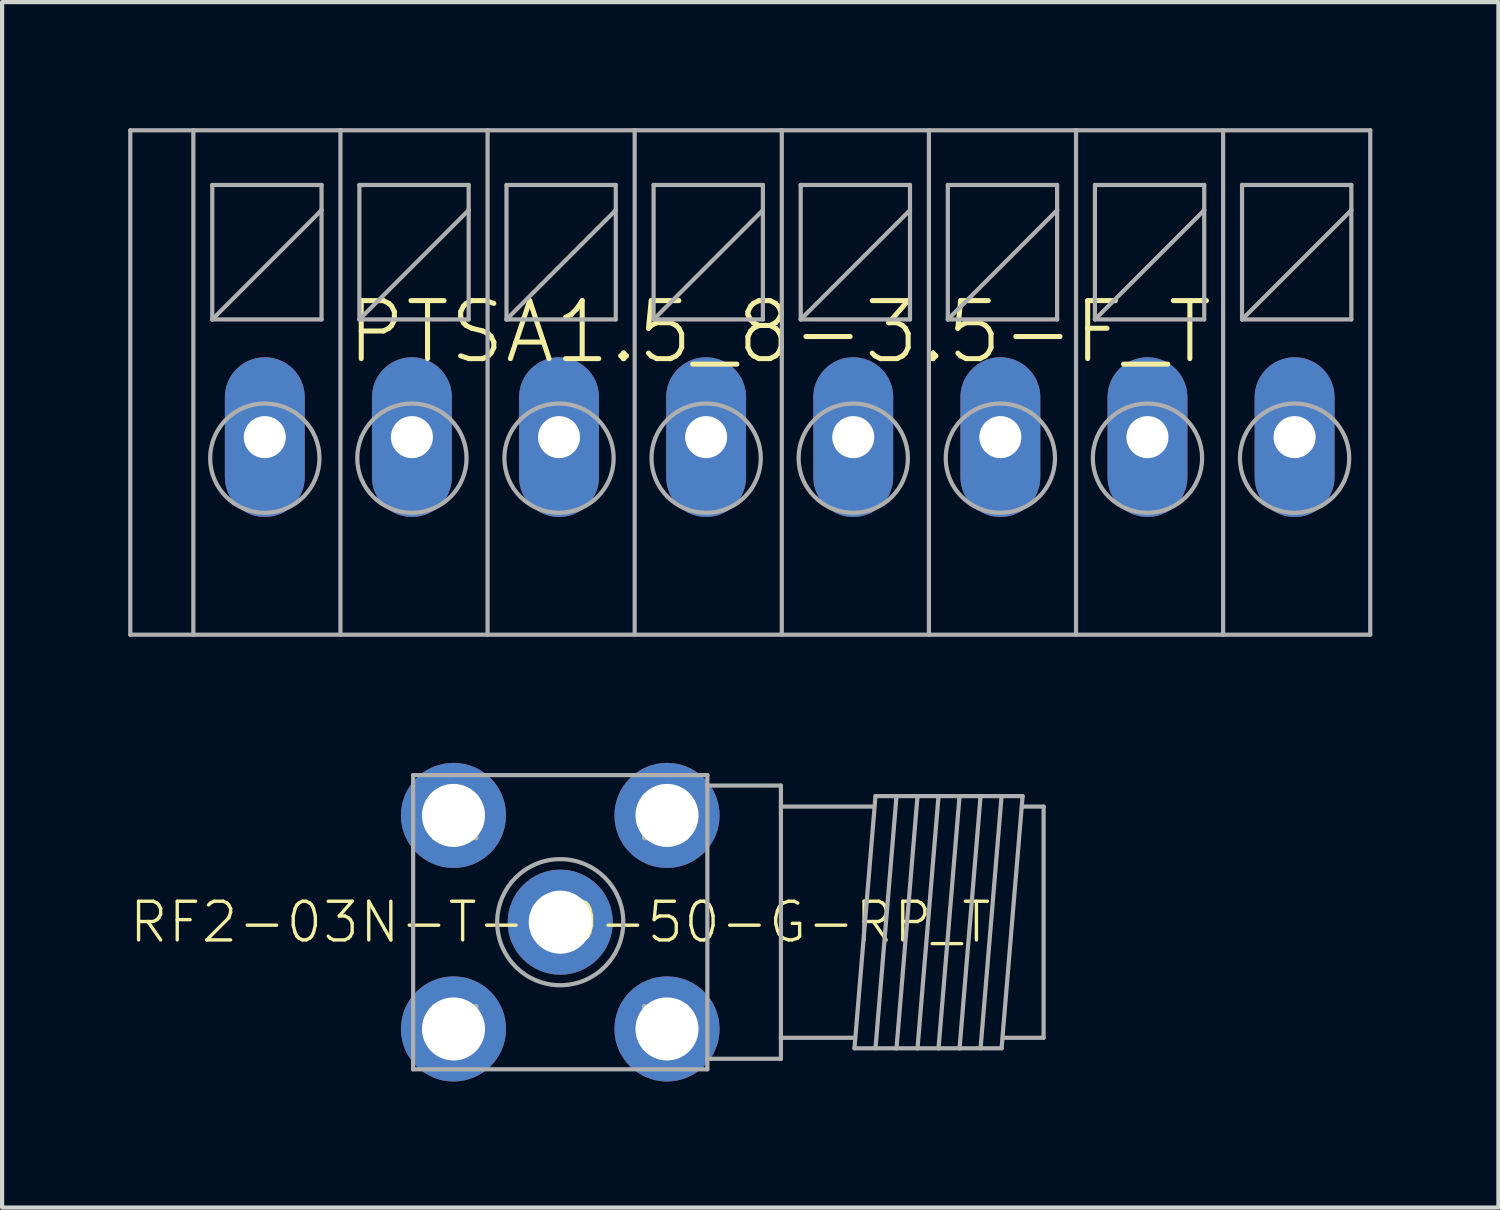
<source format=kicad_pcb>
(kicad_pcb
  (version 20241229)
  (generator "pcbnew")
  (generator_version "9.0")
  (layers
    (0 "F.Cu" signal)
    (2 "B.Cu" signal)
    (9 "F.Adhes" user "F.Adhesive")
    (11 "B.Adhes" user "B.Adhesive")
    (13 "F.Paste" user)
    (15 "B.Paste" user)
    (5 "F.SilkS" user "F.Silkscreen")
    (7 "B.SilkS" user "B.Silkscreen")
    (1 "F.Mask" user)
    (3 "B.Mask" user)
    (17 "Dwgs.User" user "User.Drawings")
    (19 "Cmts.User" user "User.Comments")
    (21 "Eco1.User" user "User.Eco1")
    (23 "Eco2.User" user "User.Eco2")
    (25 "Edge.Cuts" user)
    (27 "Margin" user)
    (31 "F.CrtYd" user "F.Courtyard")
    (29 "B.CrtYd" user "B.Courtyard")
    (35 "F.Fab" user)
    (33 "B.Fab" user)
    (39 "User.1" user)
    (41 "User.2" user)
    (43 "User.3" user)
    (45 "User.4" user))
  (footprint "RF2-03N-T-00-50-G-RP_T"
    (layer "F.Cu")
    (at 10.279 18.89)
    (property "Reference" "RF2-03N-T-00-50-G-RP_T" (at 0 0 0) (unlocked yes) (layer "F.SilkS") (effects (font (size 0.92 0.92) (thickness 0.08))))
    (fp_line (start -3.5 -3.5) (end -3.5 3.5) (stroke (width 0.1) (type solid)) (layer "F.Fab"))
    (fp_line (start -3.5 3.5) (end 3.5 3.5) (stroke (width 0.1) (type solid)) (layer "F.Fab"))
    (fp_line (start -3 -3) (end -3 -2) (stroke (width 0.1) (type solid)) (layer "F.Fab"))
    (fp_line (start -3 -2) (end -2 -2) (stroke (width 0.1) (type solid)) (layer "F.Fab"))
    (fp_line (start -3 2) (end -2 2) (stroke (width 0.1) (type solid)) (layer "F.Fab"))
    (fp_line (start -3 3) (end -3 2) (stroke (width 0.1) (type solid)) (layer "F.Fab"))
    (fp_line (start -2 -3) (end -3 -3) (stroke (width 0.1) (type solid)) (layer "F.Fab"))
    (fp_line (start -2 -2) (end -2 -3) (stroke (width 0.1) (type solid)) (layer "F.Fab"))
    (fp_line (start -2 2) (end -2 3) (stroke (width 0.1) (type solid)) (layer "F.Fab"))
    (fp_line (start -2 3) (end -3 3) (stroke (width 0.1) (type solid)) (layer "F.Fab"))
    (fp_line (start 2 -3) (end 2 -2) (stroke (width 0.1) (type solid)) (layer "F.Fab"))
    (fp_line (start 2 -2) (end 3 -2) (stroke (width 0.1) (type solid)) (layer "F.Fab"))
    (fp_line (start 2 2) (end 3 2) (stroke (width 0.1) (type solid)) (layer "F.Fab"))
    (fp_line (start 2 3) (end 2 2) (stroke (width 0.1) (type solid)) (layer "F.Fab"))
    (fp_line (start 3 -3) (end 2 -3) (stroke (width 0.1) (type solid)) (layer "F.Fab"))
    (fp_line (start 3 -2) (end 3 -3) (stroke (width 0.1) (type solid)) (layer "F.Fab"))
    (fp_line (start 3 2) (end 3 3) (stroke (width 0.1) (type solid)) (layer "F.Fab"))
    (fp_line (start 3 3) (end 2 3) (stroke (width 0.1) (type solid)) (layer "F.Fab"))
    (fp_line (start 3.5 -3.5) (end -3.5 -3.5) (stroke (width 0.1) (type solid)) (layer "F.Fab"))
    (fp_line (start 3.5 -3.25) (end 3.5 -3.5) (stroke (width 0.1) (type solid)) (layer "F.Fab"))
    (fp_line (start 3.5 -3.25) (end 5.25 -3.25) (stroke (width 0.1) (type solid)) (layer "F.Fab"))
    (fp_line (start 3.5 3.25) (end 3.5 -3.25) (stroke (width 0.1) (type solid)) (layer "F.Fab"))
    (fp_line (start 3.5 3.5) (end 3.5 3.25) (stroke (width 0.1) (type solid)) (layer "F.Fab"))
    (fp_line (start 5.25 -3.25) (end 5.25 -2.75) (stroke (width 0.1) (type solid)) (layer "F.Fab"))
    (fp_line (start 5.25 -2.75) (end 5.25 2.75) (stroke (width 0.1) (type solid)) (layer "F.Fab"))
    (fp_line (start 5.25 2.75) (end 5.25 3.25) (stroke (width 0.1) (type solid)) (layer "F.Fab"))
    (fp_line (start 5.25 3.25) (end 3.5 3.25) (stroke (width 0.1) (type solid)) (layer "F.Fab"))
    (fp_line (start 7 2.75) (end 5.25 2.75) (stroke (width 0.1) (type solid)) (layer "F.Fab"))
    (fp_line (start 7 3) (end 7.5 -3) (stroke (width 0.1) (type solid)) (layer "F.Fab"))
    (fp_line (start 7.45 -2.75) (end 5.25 -2.75) (stroke (width 0.1) (type solid)) (layer "F.Fab"))
    (fp_line (start 7.5 3) (end 8 -3) (stroke (width 0.1) (type solid)) (layer "F.Fab"))
    (fp_line (start 8 -3) (end 7.5 -3) (stroke (width 0.1) (type solid)) (layer "F.Fab"))
    (fp_line (start 8 -3) (end 8.5 -3) (stroke (width 0.1) (type solid)) (layer "F.Fab"))
    (fp_line (start 8 3) (end 7 3) (stroke (width 0.1) (type solid)) (layer "F.Fab"))
    (fp_line (start 8 3) (end 8.5 -3) (stroke (width 0.1) (type solid)) (layer "F.Fab"))
    (fp_line (start 8.5 -3) (end 9 -3) (stroke (width 0.1) (type solid)) (layer "F.Fab"))
    (fp_line (start 8.5 3) (end 8 3) (stroke (width 0.1) (type solid)) (layer "F.Fab"))
    (fp_line (start 8.5 3) (end 9 -3) (stroke (width 0.1) (type solid)) (layer "F.Fab"))
    (fp_line (start 9 -3) (end 9.5 -3) (stroke (width 0.1) (type solid)) (layer "F.Fab"))
    (fp_line (start 9 3) (end 8.5 3) (stroke (width 0.1) (type solid)) (layer "F.Fab"))
    (fp_line (start 9 3) (end 9.5 -3) (stroke (width 0.1) (type solid)) (layer "F.Fab"))
    (fp_line (start 9.5 -3) (end 10 -3) (stroke (width 0.1) (type solid)) (layer "F.Fab"))
    (fp_line (start 9.5 3) (end 9 3) (stroke (width 0.1) (type solid)) (layer "F.Fab"))
    (fp_line (start 9.5 3) (end 10 -3) (stroke (width 0.1) (type solid)) (layer "F.Fab"))
    (fp_line (start 9.5 3) (end 10.5 3) (stroke (width 0.1) (type solid)) (layer "F.Fab"))
    (fp_line (start 10 -3) (end 11 -3) (stroke (width 0.1) (type solid)) (layer "F.Fab"))
    (fp_line (start 10 3) (end 10.5 -3) (stroke (width 0.1) (type solid)) (layer "F.Fab"))
    (fp_line (start 10.5 3) (end 11 -3) (stroke (width 0.1) (type solid)) (layer "F.Fab"))
    (fp_line (start 10.55 2.75) (end 11.5 2.75) (stroke (width 0.1) (type solid)) (layer "F.Fab"))
    (fp_line (start 11 -2.75) (end 11.5 -2.75) (stroke (width 0.1) (type solid)) (layer "F.Fab"))
    (fp_line (start 11.5 -2.75) (end 11.5 2.75) (stroke (width 0.1) (type solid)) (layer "F.Fab"))
    (fp_circle (center 0 0) (end 1.5 0) (stroke (width 0.1) (type solid)) (fill no) (layer "F.Fab"))
    (pad "0" thru_hole circle (at 0 0) (size 2.5 2.5) (drill 1.5) (layers "*.Cu" "*.Mask"))
    (pad "1" thru_hole circle (at -2.54 -2.54) (size 2.5 2.5) (drill 1.5) (layers "*.Cu" "*.Mask"))
    (pad "2" thru_hole circle (at 2.54 -2.54) (size 2.5 2.5) (drill 1.5) (layers "*.Cu" "*.Mask"))
    (pad "3" thru_hole circle (at 2.54 2.54) (size 2.5 2.5) (drill 1.5) (layers "*.Cu" "*.Mask"))
    (pad "4" thru_hole circle (at -2.54 2.54) (size 2.5 2.5) (drill 1.5) (layers "*.Cu" "*.Mask")))
  (footprint "PTSA1.5_8-3.5-F_T"
    (layer "F.Cu")
    (at 15.5 4.85)
    (property "Reference" "PTSA1.5_8-3.5-F_T" (at 0 0 0) (unlocked yes) (layer "F.SilkS") (effects (font (size 1.38 1.38) (thickness 0.12))))
    (fp_line (start -15.45 -4.8) (end -15.45 7.2) (stroke (width 0.1) (type solid)) (layer "F.Fab"))
    (fp_line (start -15.45 -4.8) (end -13.95 -4.8) (stroke (width 0.1) (type solid)) (layer "F.Fab"))
    (fp_line (start -15.45 7.2) (end -13.95 7.2) (stroke (width 0.1) (type solid)) (layer "F.Fab"))
    (fp_line (start -13.95 -4.8) (end -13.95 7.2) (stroke (width 0.1) (type solid)) (layer "F.Fab"))
    (fp_line (start -13.95 -4.8) (end -10.45 -4.8) (stroke (width 0.1) (type solid)) (layer "F.Fab"))
    (fp_line (start -13.95 7.2) (end -10.45 7.2) (stroke (width 0.1) (type solid)) (layer "F.Fab"))
    (fp_line (start -13.5 -3.5) (end -13.5 -0.3) (stroke (width 0.1) (type solid)) (layer "F.Fab"))
    (fp_line (start -13.5 -0.3) (end -10.9 -2.9) (stroke (width 0.1) (type solid)) (layer "F.Fab"))
    (fp_line (start -13.5 -0.3) (end -10.9 -0.3) (stroke (width 0.1) (type solid)) (layer "F.Fab"))
    (fp_line (start -10.9 -3.5) (end -13.5 -3.5) (stroke (width 0.1) (type solid)) (layer "F.Fab"))
    (fp_line (start -10.9 -2.9) (end -10.9 -3.5) (stroke (width 0.1) (type solid)) (layer "F.Fab"))
    (fp_line (start -10.9 -0.3) (end -10.9 -2.9) (stroke (width 0.1) (type solid)) (layer "F.Fab"))
    (fp_line (start -10.45 -4.8) (end -10.45 7.2) (stroke (width 0.1) (type solid)) (layer "F.Fab"))
    (fp_line (start -10.45 -4.8) (end -6.95 -4.8) (stroke (width 0.1) (type solid)) (layer "F.Fab"))
    (fp_line (start -10.45 7.2) (end -6.95 7.2) (stroke (width 0.1) (type solid)) (layer "F.Fab"))
    (fp_line (start -10 -3.5) (end -10 -0.3) (stroke (width 0.1) (type solid)) (layer "F.Fab"))
    (fp_line (start -10 -0.3) (end -7.4 -2.9) (stroke (width 0.1) (type solid)) (layer "F.Fab"))
    (fp_line (start -10 -0.3) (end -7.4 -0.3) (stroke (width 0.1) (type solid)) (layer "F.Fab"))
    (fp_line (start -7.4 -3.5) (end -10 -3.5) (stroke (width 0.1) (type solid)) (layer "F.Fab"))
    (fp_line (start -7.4 -2.9) (end -7.4 -3.5) (stroke (width 0.1) (type solid)) (layer "F.Fab"))
    (fp_line (start -7.4 -0.3) (end -7.4 -2.9) (stroke (width 0.1) (type solid)) (layer "F.Fab"))
    (fp_line (start -6.95 -4.8) (end -6.95 7.2) (stroke (width 0.1) (type solid)) (layer "F.Fab"))
    (fp_line (start -6.95 -4.8) (end -3.45 -4.8) (stroke (width 0.1) (type solid)) (layer "F.Fab"))
    (fp_line (start -6.95 7.2) (end -3.45 7.2) (stroke (width 0.1) (type solid)) (layer "F.Fab"))
    (fp_line (start -6.5 -3.5) (end -6.5 -0.3) (stroke (width 0.1) (type solid)) (layer "F.Fab"))
    (fp_line (start -6.5 -0.3) (end -3.9 -2.9) (stroke (width 0.1) (type solid)) (layer "F.Fab"))
    (fp_line (start -6.5 -0.3) (end -3.9 -0.3) (stroke (width 0.1) (type solid)) (layer "F.Fab"))
    (fp_line (start -3.9 -3.5) (end -6.5 -3.5) (stroke (width 0.1) (type solid)) (layer "F.Fab"))
    (fp_line (start -3.9 -2.9) (end -3.9 -3.5) (stroke (width 0.1) (type solid)) (layer "F.Fab"))
    (fp_line (start -3.9 -0.3) (end -3.9 -2.9) (stroke (width 0.1) (type solid)) (layer "F.Fab"))
    (fp_line (start -3.45 -4.8) (end -3.45 7.2) (stroke (width 0.1) (type solid)) (layer "F.Fab"))
    (fp_line (start -3.45 -4.8) (end 0.05 -4.8) (stroke (width 0.1) (type solid)) (layer "F.Fab"))
    (fp_line (start -3.45 7.2) (end 0.05 7.2) (stroke (width 0.1) (type solid)) (layer "F.Fab"))
    (fp_line (start -3 -3.5) (end -3 -0.3) (stroke (width 0.1) (type solid)) (layer "F.Fab"))
    (fp_line (start -3 -0.3) (end -0.4 -2.9) (stroke (width 0.1) (type solid)) (layer "F.Fab"))
    (fp_line (start -3 -0.3) (end -0.4 -0.3) (stroke (width 0.1) (type solid)) (layer "F.Fab"))
    (fp_line (start -0.4 -3.5) (end -3 -3.5) (stroke (width 0.1) (type solid)) (layer "F.Fab"))
    (fp_line (start -0.4 -2.9) (end -0.4 -3.5) (stroke (width 0.1) (type solid)) (layer "F.Fab"))
    (fp_line (start -0.4 -0.3) (end -0.4 -2.9) (stroke (width 0.1) (type solid)) (layer "F.Fab"))
    (fp_line (start 0.05 -4.8) (end 0.05 7.2) (stroke (width 0.1) (type solid)) (layer "F.Fab"))
    (fp_line (start 0.05 -4.8) (end 3.55 -4.8) (stroke (width 0.1) (type solid)) (layer "F.Fab"))
    (fp_line (start 0.05 7.2) (end 3.55 7.2) (stroke (width 0.1) (type solid)) (layer "F.Fab"))
    (fp_line (start 0.5 -3.5) (end 0.5 -0.3) (stroke (width 0.1) (type solid)) (layer "F.Fab"))
    (fp_line (start 0.5 -0.3) (end 3.1 -2.9) (stroke (width 0.1) (type solid)) (layer "F.Fab"))
    (fp_line (start 0.5 -0.3) (end 3.1 -0.3) (stroke (width 0.1) (type solid)) (layer "F.Fab"))
    (fp_line (start 3.1 -3.5) (end 0.5 -3.5) (stroke (width 0.1) (type solid)) (layer "F.Fab"))
    (fp_line (start 3.1 -2.9) (end 3.1 -3.5) (stroke (width 0.1) (type solid)) (layer "F.Fab"))
    (fp_line (start 3.1 -0.3) (end 3.1 -2.9) (stroke (width 0.1) (type solid)) (layer "F.Fab"))
    (fp_line (start 3.55 -4.8) (end 3.55 7.2) (stroke (width 0.1) (type solid)) (layer "F.Fab"))
    (fp_line (start 3.55 -4.8) (end 7.05 -4.8) (stroke (width 0.1) (type solid)) (layer "F.Fab"))
    (fp_line (start 3.55 7.2) (end 7.05 7.2) (stroke (width 0.1) (type solid)) (layer "F.Fab"))
    (fp_line (start 4 -3.5) (end 4 -0.3) (stroke (width 0.1) (type solid)) (layer "F.Fab"))
    (fp_line (start 4 -0.3) (end 6.6 -2.9) (stroke (width 0.1) (type solid)) (layer "F.Fab"))
    (fp_line (start 4 -0.3) (end 6.6 -0.3) (stroke (width 0.1) (type solid)) (layer "F.Fab"))
    (fp_line (start 6.6 -3.5) (end 4 -3.5) (stroke (width 0.1) (type solid)) (layer "F.Fab"))
    (fp_line (start 6.6 -2.9) (end 6.6 -3.5) (stroke (width 0.1) (type solid)) (layer "F.Fab"))
    (fp_line (start 6.6 -0.3) (end 6.6 -2.9) (stroke (width 0.1) (type solid)) (layer "F.Fab"))
    (fp_line (start 7.05 -4.8) (end 7.05 7.2) (stroke (width 0.1) (type solid)) (layer "F.Fab"))
    (fp_line (start 7.05 -4.8) (end 10.55 -4.8) (stroke (width 0.1) (type solid)) (layer "F.Fab"))
    (fp_line (start 7.05 7.2) (end 10.55 7.2) (stroke (width 0.1) (type solid)) (layer "F.Fab"))
    (fp_line (start 7.5 -3.5) (end 7.5 -0.3) (stroke (width 0.1) (type solid)) (layer "F.Fab"))
    (fp_line (start 7.5 -0.3) (end 10.1 -2.9) (stroke (width 0.1) (type solid)) (layer "F.Fab"))
    (fp_line (start 7.5 -0.3) (end 10.1 -0.3) (stroke (width 0.1) (type solid)) (layer "F.Fab"))
    (fp_line (start 10.1 -3.5) (end 7.5 -3.5) (stroke (width 0.1) (type solid)) (layer "F.Fab"))
    (fp_line (start 10.1 -2.9) (end 10.1 -3.5) (stroke (width 0.1) (type solid)) (layer "F.Fab"))
    (fp_line (start 10.1 -0.3) (end 10.1 -2.9) (stroke (width 0.1) (type solid)) (layer "F.Fab"))
    (fp_line (start 10.55 -4.8) (end 10.55 7.2) (stroke (width 0.1) (type solid)) (layer "F.Fab"))
    (fp_line (start 10.55 -4.8) (end 14.05 -4.8) (stroke (width 0.1) (type solid)) (layer "F.Fab"))
    (fp_line (start 10.55 7.2) (end 14.05 7.2) (stroke (width 0.1) (type solid)) (layer "F.Fab"))
    (fp_line (start 11 -3.5) (end 11 -0.3) (stroke (width 0.1) (type solid)) (layer "F.Fab"))
    (fp_line (start 11 -0.3) (end 13.6 -2.9) (stroke (width 0.1) (type solid)) (layer "F.Fab"))
    (fp_line (start 11 -0.3) (end 13.6 -0.3) (stroke (width 0.1) (type solid)) (layer "F.Fab"))
    (fp_line (start 13.6 -3.5) (end 11 -3.5) (stroke (width 0.1) (type solid)) (layer "F.Fab"))
    (fp_line (start 13.6 -2.9) (end 13.6 -3.5) (stroke (width 0.1) (type solid)) (layer "F.Fab"))
    (fp_line (start 13.6 -0.3) (end 13.6 -2.9) (stroke (width 0.1) (type solid)) (layer "F.Fab"))
    (fp_line (start 14.05 -4.8) (end 14.05 7.2) (stroke (width 0.1) (type solid)) (layer "F.Fab"))
    (fp_circle (center -12.25 3) (end -10.95 3) (stroke (width 0.1) (type solid)) (fill no) (layer "F.Fab"))
    (fp_circle (center -8.75 3) (end -7.45 3) (stroke (width 0.1) (type solid)) (fill no) (layer "F.Fab"))
    (fp_circle (center -5.25 3) (end -3.95 3) (stroke (width 0.1) (type solid)) (fill no) (layer "F.Fab"))
    (fp_circle (center -1.75 3) (end -0.45 3) (stroke (width 0.1) (type solid)) (fill no) (layer "F.Fab"))
    (fp_circle (center 1.75 3) (end 3.05 3) (stroke (width 0.1) (type solid)) (fill no) (layer "F.Fab"))
    (fp_circle (center 5.25 3) (end 6.55 3) (stroke (width 0.1) (type solid)) (fill no) (layer "F.Fab"))
    (fp_circle (center 8.75 3) (end 10.05 3) (stroke (width 0.1) (type solid)) (fill no) (layer "F.Fab"))
    (fp_circle (center 12.25 3) (end 13.55 3) (stroke (width 0.1) (type solid)) (fill no) (layer "F.Fab"))
    (pad "1" thru_hole oval (at -12.25 2.5 90) (size 3.8 1.9) (drill 1) (layers "*.Cu" "*.Mask"))
    (pad "2" thru_hole oval (at -8.75 2.5 90) (size 3.8 1.9) (drill 1) (layers "*.Cu" "*.Mask"))
    (pad "3" thru_hole oval (at -5.25 2.5 90) (size 3.8 1.9) (drill 1) (layers "*.Cu" "*.Mask"))
    (pad "4" thru_hole oval (at -1.75 2.5 90) (size 3.8 1.9) (drill 1) (layers "*.Cu" "*.Mask"))
    (pad "5" thru_hole oval (at 1.75 2.5 90) (size 3.8 1.9) (drill 1) (layers "*.Cu" "*.Mask"))
    (pad "6" thru_hole oval (at 5.25 2.5 90) (size 3.8 1.9) (drill 1) (layers "*.Cu" "*.Mask"))
    (pad "7" thru_hole oval (at 8.75 2.5 90) (size 3.8 1.9) (drill 1) (layers "*.Cu" "*.Mask"))
    (pad "8" thru_hole oval (at 12.25 2.5 90) (size 3.8 1.9) (drill 1) (layers "*.Cu" "*.Mask")))
  (gr_rect
    (start -3 -3)
    (end 32.6 25.68)
    (stroke (width 0.1) (type default))
    (fill no)
    (layer "Edge.Cuts")))
</source>
